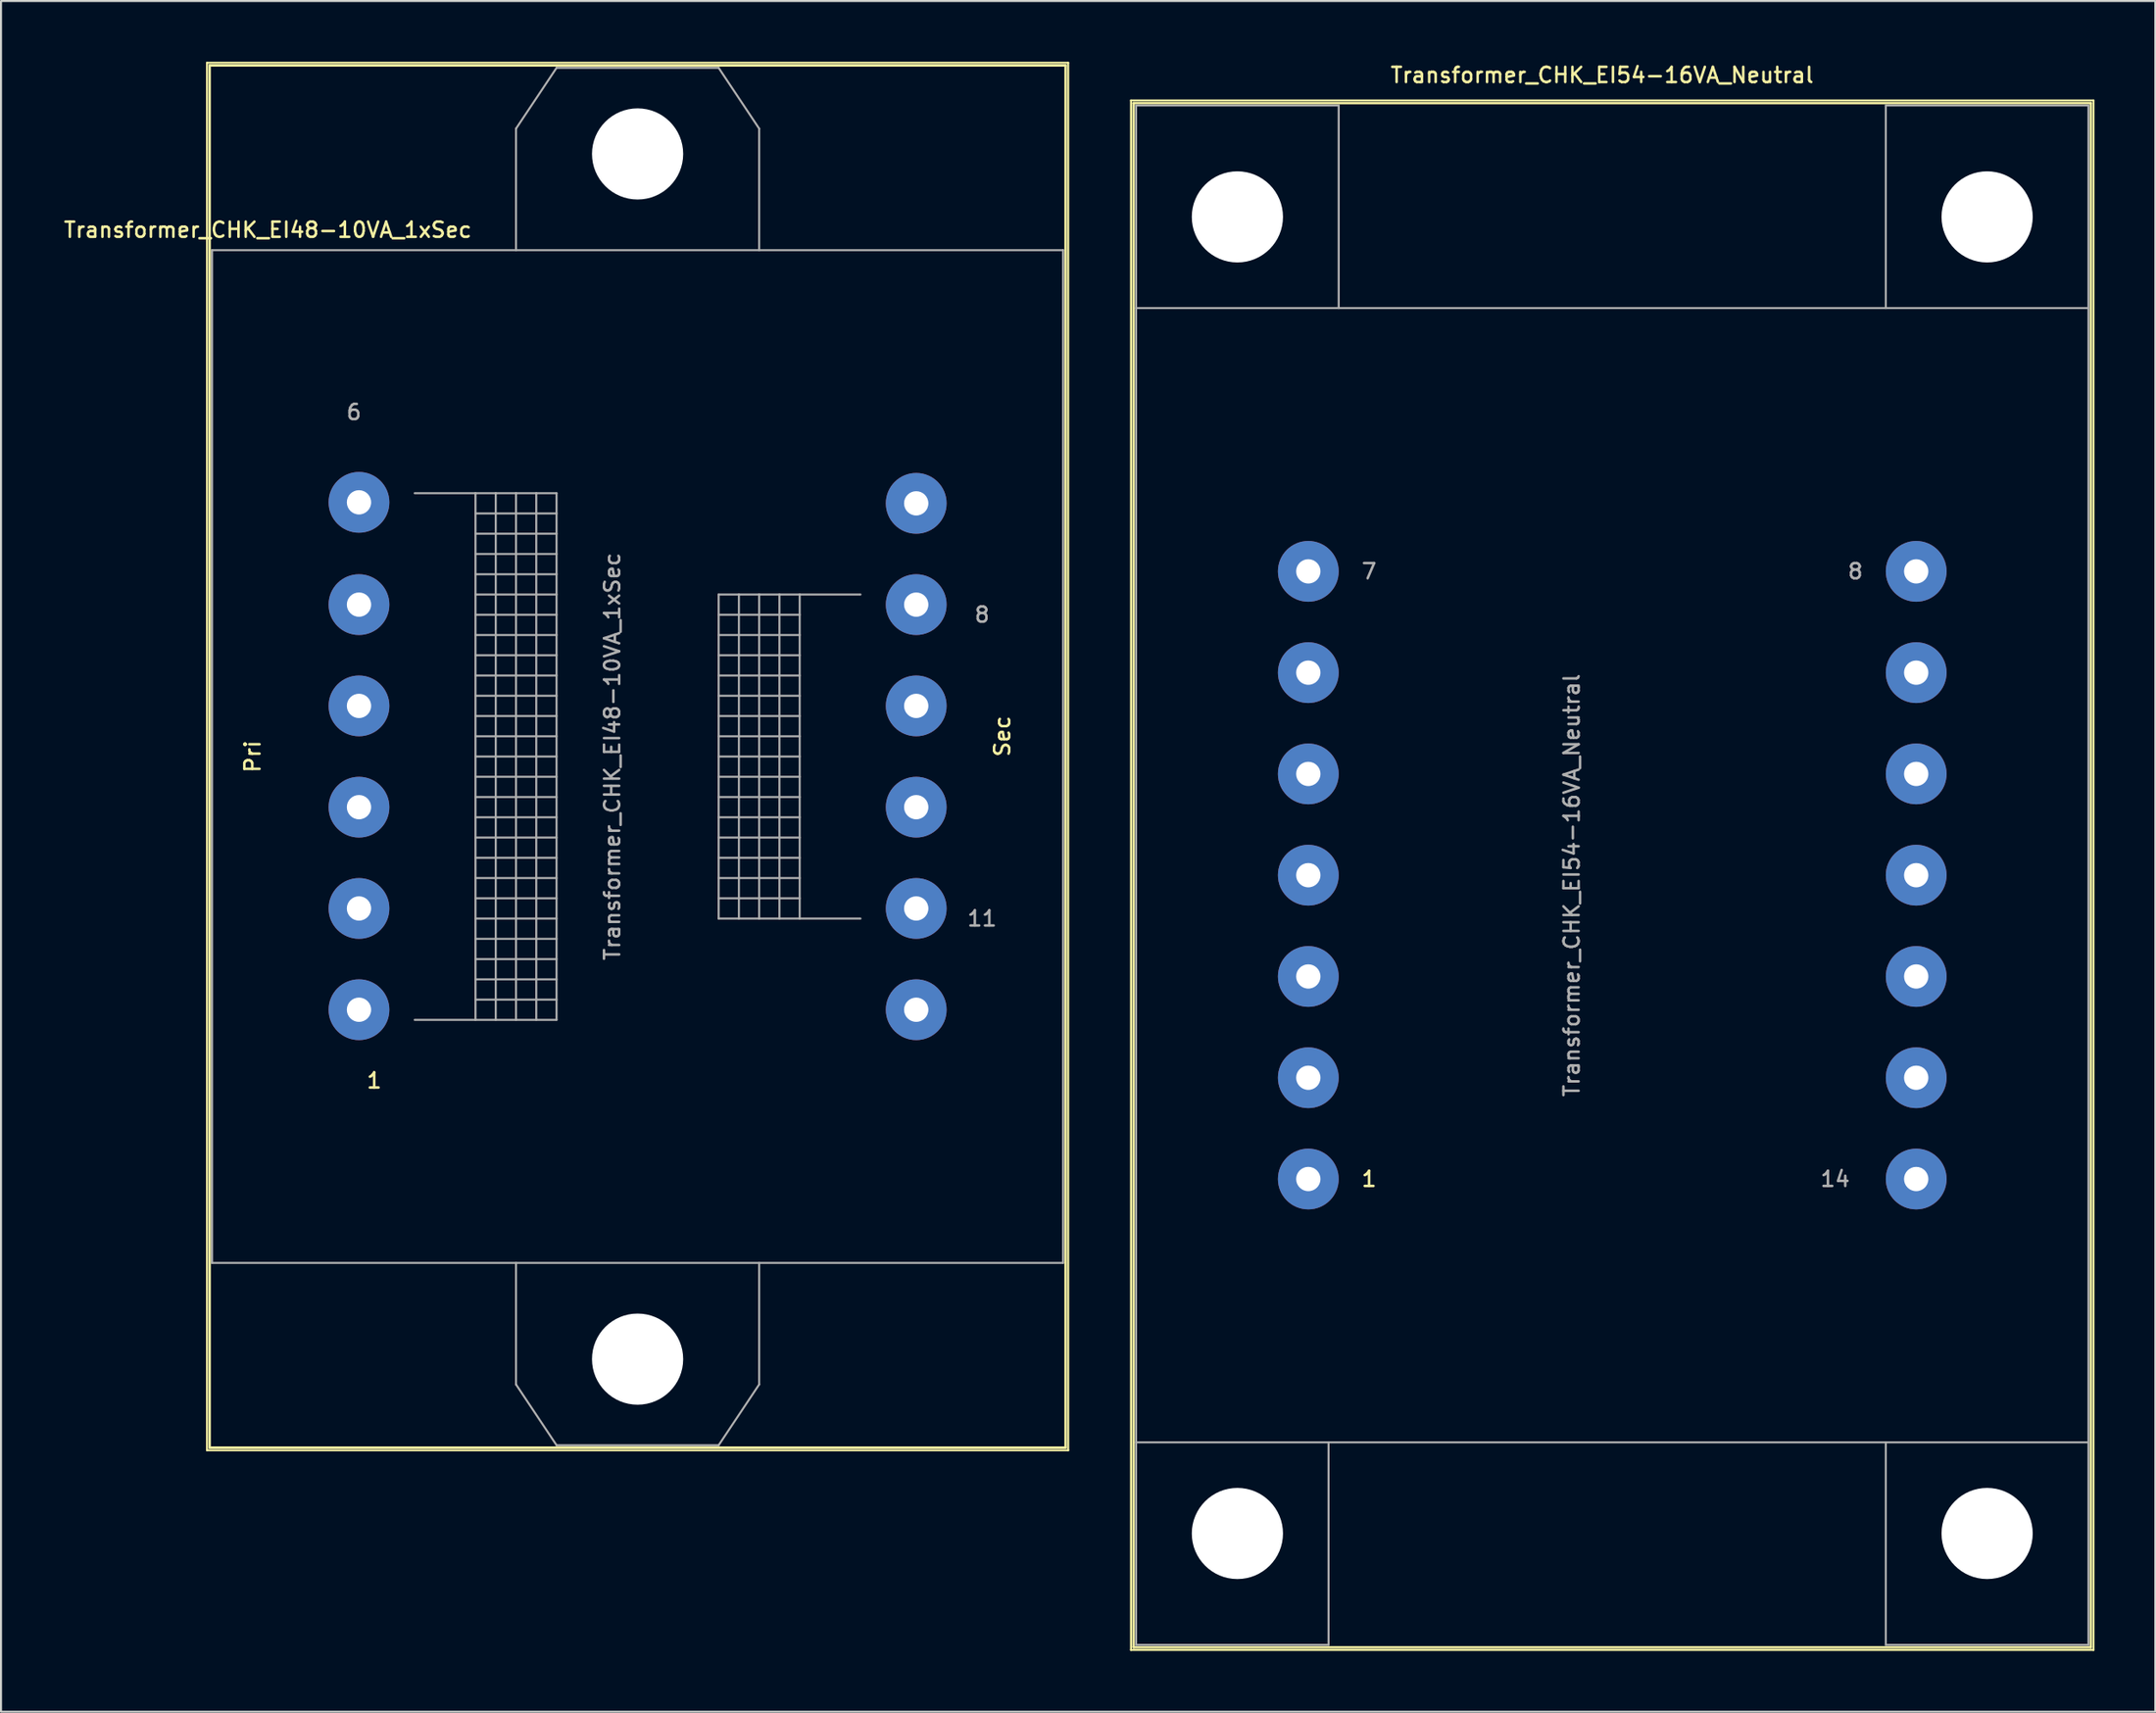
<source format=kicad_pcb>
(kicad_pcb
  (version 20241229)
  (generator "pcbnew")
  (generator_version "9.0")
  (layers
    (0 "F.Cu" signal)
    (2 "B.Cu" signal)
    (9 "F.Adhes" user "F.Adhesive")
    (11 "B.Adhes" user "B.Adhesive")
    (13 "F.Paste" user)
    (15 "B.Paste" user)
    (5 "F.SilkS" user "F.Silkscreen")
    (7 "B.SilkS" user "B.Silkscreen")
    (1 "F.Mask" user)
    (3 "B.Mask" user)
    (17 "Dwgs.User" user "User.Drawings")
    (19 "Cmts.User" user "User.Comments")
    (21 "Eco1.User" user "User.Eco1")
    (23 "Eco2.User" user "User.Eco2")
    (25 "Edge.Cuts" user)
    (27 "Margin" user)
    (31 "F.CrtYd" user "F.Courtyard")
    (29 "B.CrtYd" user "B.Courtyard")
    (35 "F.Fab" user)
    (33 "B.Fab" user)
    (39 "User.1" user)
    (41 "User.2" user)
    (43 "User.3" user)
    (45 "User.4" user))
  (footprint "Transformer_CHK_EI48-10VA_1xSec"
    (layer "F.Cu")
    (at 14.666 46.8)
    (property "Reference" "Transformer_CHK_EI48-10VA_1xSec" (at -4.5 -38.5 0) (layer "F.SilkS") (effects (font (size 0.75 0.75) (thickness 0.125))))
    (attr through_hole)
    (fp_line (start -7.5 -46.75) (end -7.5 21.75) (stroke (width 0.1) (type solid)) (layer "F.SilkS"))
    (fp_line (start -7.5 -46.75) (end 35 -46.75) (stroke (width 0.1) (type solid)) (layer "F.SilkS"))
    (fp_line (start -7.37 -46.62) (end -7.37 21.62) (stroke (width 0.12) (type solid)) (layer "F.SilkS"))
    (fp_line (start -7.37 -46.62) (end 34.87 -46.62) (stroke (width 0.12) (type solid)) (layer "F.SilkS"))
    (fp_line (start 34.87 21.62) (end -7.37 21.62) (stroke (width 0.12) (type solid)) (layer "F.SilkS"))
    (fp_line (start 34.87 21.62) (end 34.87 -46.62) (stroke (width 0.12) (type solid)) (layer "F.SilkS"))
    (fp_line (start 35 21.75) (end -7.5 21.75) (stroke (width 0.1) (type solid)) (layer "F.SilkS"))
    (fp_line (start 35 21.75) (end 35 -46.75) (stroke (width 0.1) (type solid)) (layer "F.SilkS"))
    (fp_line (start -7.25 -37.5) (end -7.25 12.5) (stroke (width 0.1) (type solid)) (layer "F.Fab"))
    (fp_line (start -7.25 12.5) (end 34.75 12.5) (stroke (width 0.1) (type solid)) (layer "F.Fab"))
    (fp_line (start 2.75 0.5) (end 5.75 0.5) (stroke (width 0.1) (type solid)) (layer "F.Fab"))
    (fp_line (start 5.75 -25.5) (end 2.75 -25.5) (stroke (width 0.1) (type solid)) (layer "F.Fab"))
    (fp_line (start 5.75 -25.5) (end 6.75 -25.5) (stroke (width 0.1) (type solid)) (layer "F.Fab"))
    (fp_line (start 5.75 -24.5) (end 9.75 -24.5) (stroke (width 0.1) (type solid)) (layer "F.Fab"))
    (fp_line (start 5.75 -23.5) (end 9.75 -23.5) (stroke (width 0.1) (type solid)) (layer "F.Fab"))
    (fp_line (start 5.75 -22.5) (end 9.75 -22.5) (stroke (width 0.1) (type solid)) (layer "F.Fab"))
    (fp_line (start 5.75 -21.5) (end 9.75 -21.5) (stroke (width 0.1) (type solid)) (layer "F.Fab"))
    (fp_line (start 5.75 -20.5) (end 9.75 -20.5) (stroke (width 0.1) (type solid)) (layer "F.Fab"))
    (fp_line (start 5.75 -19.5) (end 9.75 -19.5) (stroke (width 0.1) (type solid)) (layer "F.Fab"))
    (fp_line (start 5.75 -18.5) (end 9.75 -18.5) (stroke (width 0.1) (type solid)) (layer "F.Fab"))
    (fp_line (start 5.75 -17.5) (end 9.75 -17.5) (stroke (width 0.1) (type solid)) (layer "F.Fab"))
    (fp_line (start 5.75 -16.5) (end 9.75 -16.5) (stroke (width 0.1) (type solid)) (layer "F.Fab"))
    (fp_line (start 5.75 -15.5) (end 9.75 -15.5) (stroke (width 0.1) (type solid)) (layer "F.Fab"))
    (fp_line (start 5.75 -14.5) (end 9.75 -14.5) (stroke (width 0.1) (type solid)) (layer "F.Fab"))
    (fp_line (start 5.75 -13.5) (end 9.75 -13.5) (stroke (width 0.1) (type solid)) (layer "F.Fab"))
    (fp_line (start 5.75 -12.5) (end 9.75 -12.5) (stroke (width 0.1) (type solid)) (layer "F.Fab"))
    (fp_line (start 5.75 -11.5) (end 9.75 -11.5) (stroke (width 0.1) (type solid)) (layer "F.Fab"))
    (fp_line (start 5.75 -10.5) (end 9.75 -10.5) (stroke (width 0.1) (type solid)) (layer "F.Fab"))
    (fp_line (start 5.75 -9.5) (end 9.75 -9.5) (stroke (width 0.1) (type solid)) (layer "F.Fab"))
    (fp_line (start 5.75 -8.5) (end 9.75 -8.5) (stroke (width 0.1) (type solid)) (layer "F.Fab"))
    (fp_line (start 5.75 -7.5) (end 9.75 -7.5) (stroke (width 0.1) (type solid)) (layer "F.Fab"))
    (fp_line (start 5.75 -5.5) (end 9.75 -5.5) (stroke (width 0.1) (type solid)) (layer "F.Fab"))
    (fp_line (start 5.75 -4.5) (end 9.75 -4.5) (stroke (width 0.1) (type solid)) (layer "F.Fab"))
    (fp_line (start 5.75 -3.5) (end 9.75 -3.5) (stroke (width 0.1) (type solid)) (layer "F.Fab"))
    (fp_line (start 5.75 -2.5) (end 9.75 -2.5) (stroke (width 0.1) (type solid)) (layer "F.Fab"))
    (fp_line (start 5.75 -0.5) (end 9.75 -0.5) (stroke (width 0.1) (type solid)) (layer "F.Fab"))
    (fp_line (start 5.75 0.5) (end 5.75 -25.5) (stroke (width 0.1) (type solid)) (layer "F.Fab"))
    (fp_line (start 6.75 -25.5) (end 6.75 0.5) (stroke (width 0.1) (type solid)) (layer "F.Fab"))
    (fp_line (start 6.75 -25.5) (end 7.75 -25.5) (stroke (width 0.1) (type solid)) (layer "F.Fab"))
    (fp_line (start 6.75 -6.5) (end 5.75 -6.5) (stroke (width 0.1) (type solid)) (layer "F.Fab"))
    (fp_line (start 6.75 -6.5) (end 9.75 -6.5) (stroke (width 0.1) (type solid)) (layer "F.Fab"))
    (fp_line (start 6.75 -1.5) (end 5.75 -1.5) (stroke (width 0.1) (type solid)) (layer "F.Fab"))
    (fp_line (start 6.75 -1.5) (end 9.75 -1.5) (stroke (width 0.1) (type solid)) (layer "F.Fab"))
    (fp_line (start 6.75 0.5) (end 5.75 0.5) (stroke (width 0.1) (type solid)) (layer "F.Fab"))
    (fp_line (start 7.75 -43.5) (end 7.75 -37.5) (stroke (width 0.1) (type solid)) (layer "F.Fab"))
    (fp_line (start 7.75 -25.5) (end 7.75 0.5) (stroke (width 0.1) (type solid)) (layer "F.Fab"))
    (fp_line (start 7.75 -25.5) (end 8.75 -25.5) (stroke (width 0.1) (type solid)) (layer "F.Fab"))
    (fp_line (start 7.75 0.5) (end 6.75 0.5) (stroke (width 0.1) (type solid)) (layer "F.Fab"))
    (fp_line (start 7.75 18.5) (end 7.75 12.5) (stroke (width 0.1) (type solid)) (layer "F.Fab"))
    (fp_line (start 8.75 -25.5) (end 8.75 0.5) (stroke (width 0.1) (type solid)) (layer "F.Fab"))
    (fp_line (start 8.75 -25.5) (end 9.75 -25.5) (stroke (width 0.1) (type solid)) (layer "F.Fab"))
    (fp_line (start 8.75 0.5) (end 7.75 0.5) (stroke (width 0.1) (type solid)) (layer "F.Fab"))
    (fp_line (start 9.75 -46.5) (end 7.75 -43.5) (stroke (width 0.1) (type solid)) (layer "F.Fab"))
    (fp_line (start 9.75 -25.5) (end 9.75 0.5) (stroke (width 0.1) (type solid)) (layer "F.Fab"))
    (fp_line (start 9.75 0.5) (end 8.75 0.5) (stroke (width 0.1) (type solid)) (layer "F.Fab"))
    (fp_line (start 9.75 21.5) (end 7.75 18.5) (stroke (width 0.1) (type solid)) (layer "F.Fab"))
    (fp_line (start 17.75 -46.5) (end 9.75 -46.5) (stroke (width 0.1) (type solid)) (layer "F.Fab"))
    (fp_line (start 17.75 -20.5) (end 17.75 -4.5) (stroke (width 0.1) (type solid)) (layer "F.Fab"))
    (fp_line (start 17.75 -19.5) (end 21.75 -19.5) (stroke (width 0.1) (type solid)) (layer "F.Fab"))
    (fp_line (start 17.75 -18.5) (end 21.75 -18.5) (stroke (width 0.1) (type solid)) (layer "F.Fab"))
    (fp_line (start 17.75 -17.5) (end 21.75 -17.5) (stroke (width 0.1) (type solid)) (layer "F.Fab"))
    (fp_line (start 17.75 -16.5) (end 21.75 -16.5) (stroke (width 0.1) (type solid)) (layer "F.Fab"))
    (fp_line (start 17.75 -15.5) (end 21.75 -15.5) (stroke (width 0.1) (type solid)) (layer "F.Fab"))
    (fp_line (start 17.75 -13.5) (end 21.75 -13.5) (stroke (width 0.1) (type solid)) (layer "F.Fab"))
    (fp_line (start 17.75 -12.5) (end 21.75 -12.5) (stroke (width 0.1) (type solid)) (layer "F.Fab"))
    (fp_line (start 17.75 -11.5) (end 21.75 -11.5) (stroke (width 0.1) (type solid)) (layer "F.Fab"))
    (fp_line (start 17.75 -10.5) (end 21.75 -10.5) (stroke (width 0.1) (type solid)) (layer "F.Fab"))
    (fp_line (start 17.75 -9.5) (end 21.75 -9.5) (stroke (width 0.1) (type solid)) (layer "F.Fab"))
    (fp_line (start 17.75 -8.5) (end 21.75 -8.5) (stroke (width 0.1) (type solid)) (layer "F.Fab"))
    (fp_line (start 17.75 -7.5) (end 21.75 -7.5) (stroke (width 0.1) (type solid)) (layer "F.Fab"))
    (fp_line (start 17.75 -6.5) (end 21.75 -6.5) (stroke (width 0.1) (type solid)) (layer "F.Fab"))
    (fp_line (start 17.75 -5.5) (end 21.75 -5.5) (stroke (width 0.1) (type solid)) (layer "F.Fab"))
    (fp_line (start 17.75 -4.5) (end 18.75 -4.5) (stroke (width 0.1) (type solid)) (layer "F.Fab"))
    (fp_line (start 17.75 21.5) (end 9.75 21.5) (stroke (width 0.1) (type solid)) (layer "F.Fab"))
    (fp_line (start 18.75 -20.5) (end 17.75 -20.5) (stroke (width 0.1) (type solid)) (layer "F.Fab"))
    (fp_line (start 18.75 -20.5) (end 18.75 -4.5) (stroke (width 0.1) (type solid)) (layer "F.Fab"))
    (fp_line (start 18.75 -14.5) (end 17.75 -14.5) (stroke (width 0.1) (type solid)) (layer "F.Fab"))
    (fp_line (start 18.75 -14.5) (end 21.75 -14.5) (stroke (width 0.1) (type solid)) (layer "F.Fab"))
    (fp_line (start 18.75 -4.5) (end 19.75 -4.5) (stroke (width 0.1) (type solid)) (layer "F.Fab"))
    (fp_line (start 19.75 -43.5) (end 17.75 -46.5) (stroke (width 0.1) (type solid)) (layer "F.Fab"))
    (fp_line (start 19.75 -37.5) (end 19.75 -43.5) (stroke (width 0.1) (type solid)) (layer "F.Fab"))
    (fp_line (start 19.75 -20.5) (end 18.75 -20.5) (stroke (width 0.1) (type solid)) (layer "F.Fab"))
    (fp_line (start 19.75 -20.5) (end 19.75 -4.5) (stroke (width 0.1) (type solid)) (layer "F.Fab"))
    (fp_line (start 19.75 12.5) (end 19.75 18.5) (stroke (width 0.1) (type solid)) (layer "F.Fab"))
    (fp_line (start 19.75 18.5) (end 17.75 21.5) (stroke (width 0.1) (type solid)) (layer "F.Fab"))
    (fp_line (start 20.75 -20.5) (end 19.75 -20.5) (stroke (width 0.1) (type solid)) (layer "F.Fab"))
    (fp_line (start 20.75 -20.5) (end 20.75 -4.5) (stroke (width 0.1) (type solid)) (layer "F.Fab"))
    (fp_line (start 20.75 -4.5) (end 19.75 -4.5) (stroke (width 0.1) (type solid)) (layer "F.Fab"))
    (fp_line (start 20.75 -4.5) (end 21.75 -4.5) (stroke (width 0.1) (type solid)) (layer "F.Fab"))
    (fp_line (start 21.75 -20.5) (end 20.75 -20.5) (stroke (width 0.1) (type solid)) (layer "F.Fab"))
    (fp_line (start 21.75 -20.5) (end 21.75 -4.5) (stroke (width 0.1) (type solid)) (layer "F.Fab"))
    (fp_line (start 21.75 -4.5) (end 24.75 -4.5) (stroke (width 0.1) (type solid)) (layer "F.Fab"))
    (fp_line (start 24.75 -20.5) (end 21.75 -20.5) (stroke (width 0.1) (type solid)) (layer "F.Fab"))
    (fp_line (start 34.75 -37.5) (end -7.25 -37.5) (stroke (width 0.1) (type solid)) (layer "F.Fab"))
    (fp_line (start 34.75 12.5) (end 34.75 -37.5) (stroke (width 0.1) (type solid)) (layer "F.Fab"))
    (fp_text user "Pri" (at -5.25 -12.5 90) (layer "F.SilkS") (effects (font (size 0.75 0.75) (thickness 0.125))))
    (fp_text user "1" (at 0.75 3.5 0) (layer "F.SilkS") (effects (font (size 0.75 0.75) (thickness 0.125))))
    (fp_text user "Sec" (at 31.75 -13.5 90) (layer "F.SilkS") (effects (font (size 0.75 0.75) (thickness 0.125))))
    (fp_text user "11" (at 30.75 -4.5 0) (layer "F.Fab") (effects (font (size 0.75 0.75) (thickness 0.125))))
    (fp_text user "8" (at 30.75 -19.5 0) (layer "F.Fab") (effects (font (size 0.75 0.75) (thickness 0.125))))
    (fp_text user "${REFERENCE}" (at 12.5 -12.5 90) (layer "F.Fab") (effects (font (size 0.75 0.75) (thickness 0.125))))
    (fp_text user "6" (at -0.25 -29.5 0) (layer "F.Fab") (effects (font (size 0.75 0.75) (thickness 0.125))))
    (pad "" np_thru_hole circle (at 13.75 -42.25) (size 4.5 4.5) (drill 4.5) (layers "*.Cu" "*.Mask"))
    (pad "" np_thru_hole circle (at 13.75 17.25) (size 4.5 4.5) (drill 4.5) (layers "*.Cu" "*.Mask"))
    (pad "1" thru_hole circle (at 0 0) (size 3 3) (drill 1.2) (layers "*.Cu" "*.Mask"))
    (pad "2" thru_hole circle (at 0 -5) (size 3 3) (drill 1.2) (layers "*.Cu" "*.Mask"))
    (pad "3" thru_hole circle (at 0 -10) (size 3 3) (drill 1.2) (layers "*.Cu" "*.Mask"))
    (pad "4" thru_hole circle (at 0 -15) (size 3 3) (drill 1.2) (layers "*.Cu" "*.Mask"))
    (pad "5" thru_hole circle (at 0 -20) (size 3 3) (drill 1.2) (layers "*.Cu" "*.Mask"))
    (pad "6" thru_hole circle (at 0 -25.05) (size 3 3) (drill 1.2) (layers "*.Cu" "*.Mask"))
    (pad "7" thru_hole circle (at 27.5 -25) (size 3 3) (drill 1.2) (layers "*.Cu" "*.Mask"))
    (pad "8" thru_hole circle (at 27.5 -20) (size 3 3) (drill 1.2) (layers "*.Cu" "*.Mask"))
    (pad "9" thru_hole circle (at 27.5 -15) (size 3 3) (drill 1.2) (layers "*.Cu" "*.Mask"))
    (pad "10" thru_hole circle (at 27.5 -10) (size 3 3) (drill 1.2) (layers "*.Cu" "*.Mask"))
    (pad "11" thru_hole circle (at 27.5 -5) (size 3 3) (drill 1.2) (layers "*.Cu" "*.Mask"))
    (pad "12" thru_hole circle (at 27.5 0) (size 3 3) (drill 1.2) (layers "*.Cu" "*.Mask")))
  (footprint "Transformer_CHK_EI54-16VA_Neutral"
    (layer "F.Cu")
    (at 61.516 55.158)
    (property "Reference" "Transformer_CHK_EI54-16VA_Neutral" (at 14.5 -54.5 0) (layer "F.SilkS") (effects (font (size 0.75 0.75) (thickness 0.125))))
    (attr through_hole)
    (fp_line (start -8.75 -53.25) (end -8.75 23.25) (stroke (width 0.1) (type solid)) (layer "F.SilkS"))
    (fp_line (start -8.75 -53.25) (end 38.75 -53.25) (stroke (width 0.1) (type solid)) (layer "F.SilkS"))
    (fp_line (start -8.62 -53.12) (end -8.62 23.12) (stroke (width 0.12) (type solid)) (layer "F.SilkS"))
    (fp_line (start -8.62 -53.12) (end 38.62 -53.12) (stroke (width 0.12) (type solid)) (layer "F.SilkS"))
    (fp_line (start 38.62 23.12) (end -8.62 23.12) (stroke (width 0.12) (type solid)) (layer "F.SilkS"))
    (fp_line (start 38.62 23.12) (end 38.62 -53.12) (stroke (width 0.12) (type solid)) (layer "F.SilkS"))
    (fp_line (start 38.75 23.25) (end -8.75 23.25) (stroke (width 0.1) (type solid)) (layer "F.SilkS"))
    (fp_line (start 38.75 23.25) (end 38.75 -53.25) (stroke (width 0.1) (type solid)) (layer "F.SilkS"))
    (fp_line (start -8.5 -53) (end 1.5 -53) (stroke (width 0.1) (type solid)) (layer "F.Fab"))
    (fp_line (start -8.5 -43) (end -8.5 -53) (stroke (width 0.1) (type solid)) (layer "F.Fab"))
    (fp_line (start -8.5 -43) (end -8.5 13) (stroke (width 0.1) (type solid)) (layer "F.Fab"))
    (fp_line (start -8.5 13) (end -8.5 23) (stroke (width 0.1) (type solid)) (layer "F.Fab"))
    (fp_line (start -8.5 13) (end 38.5 13) (stroke (width 0.1) (type solid)) (layer "F.Fab"))
    (fp_line (start -8.5 23) (end 1 23) (stroke (width 0.1) (type solid)) (layer "F.Fab"))
    (fp_line (start 1 23) (end 1 13) (stroke (width 0.1) (type solid)) (layer "F.Fab"))
    (fp_line (start 1.5 -53) (end 1.5 -43) (stroke (width 0.1) (type solid)) (layer "F.Fab"))
    (fp_line (start 28.5 -53) (end 28.5 -43) (stroke (width 0.1) (type solid)) (layer "F.Fab"))
    (fp_line (start 28.5 23) (end 28.5 13) (stroke (width 0.1) (type solid)) (layer "F.Fab"))
    (fp_line (start 38.5 -53) (end 28.5 -53) (stroke (width 0.1) (type solid)) (layer "F.Fab"))
    (fp_line (start 38.5 -43) (end -8.5 -43) (stroke (width 0.1) (type solid)) (layer "F.Fab"))
    (fp_line (start 38.5 -43) (end 38.5 -53) (stroke (width 0.1) (type solid)) (layer "F.Fab"))
    (fp_line (start 38.5 13) (end 38.5 -43) (stroke (width 0.1) (type solid)) (layer "F.Fab"))
    (fp_line (start 38.5 13) (end 38.5 23) (stroke (width 0.1) (type solid)) (layer "F.Fab"))
    (fp_line (start 38.5 23) (end 28.5 23) (stroke (width 0.1) (type solid)) (layer "F.Fab"))
    (fp_text user "1" (at 3 0 0) (layer "F.SilkS") (effects (font (size 0.75 0.75) (thickness 0.125))))
    (fp_text user "14" (at 26 0 0) (layer "F.Fab") (effects (font (size 0.75 0.75) (thickness 0.125))))
    (fp_text user "${REFERENCE}" (at 13 -14.5 90) (layer "F.Fab") (effects (font (size 0.75 0.75) (thickness 0.125))))
    (fp_text user "8" (at 27 -30 0) (layer "F.Fab") (effects (font (size 0.75 0.75) (thickness 0.125))))
    (fp_text user "7" (at 3 -30 0) (layer "F.Fab") (effects (font (size 0.75 0.75) (thickness 0.125))))
    (pad "" np_thru_hole circle (at -3.5 -47.5) (size 4.5 4.5) (drill 4.5) (layers "*.Cu" "*.Mask"))
    (pad "" np_thru_hole circle (at -3.5 17.5) (size 4.5 4.5) (drill 4.5) (layers "*.Cu" "*.Mask"))
    (pad "" np_thru_hole circle (at 33.5 -47.5) (size 4.5 4.5) (drill 4.5) (layers "*.Cu" "*.Mask"))
    (pad "" np_thru_hole circle (at 33.5 17.5) (size 4.5 4.5) (drill 4.5) (layers "*.Cu" "*.Mask"))
    (pad "1" thru_hole circle (at 0 0) (size 3 3) (drill 1.2) (layers "*.Cu" "*.Mask"))
    (pad "2" thru_hole circle (at 0 -5) (size 3 3) (drill 1.2) (layers "*.Cu" "*.Mask"))
    (pad "3" thru_hole circle (at 0 -10) (size 3 3) (drill 1.2) (layers "*.Cu" "*.Mask"))
    (pad "4" thru_hole circle (at 0 -15) (size 3 3) (drill 1.2) (layers "*.Cu" "*.Mask"))
    (pad "5" thru_hole circle (at 0 -20) (size 3 3) (drill 1.2) (layers "*.Cu" "*.Mask"))
    (pad "6" thru_hole circle (at 0 -25) (size 3 3) (drill 1.2) (layers "*.Cu" "*.Mask"))
    (pad "7" thru_hole circle (at 0 -30) (size 3 3) (drill 1.2) (layers "*.Cu" "*.Mask"))
    (pad "8" thru_hole circle (at 30 -30) (size 3 3) (drill 1.2) (layers "*.Cu" "*.Mask"))
    (pad "9" thru_hole circle (at 30 -25) (size 3 3) (drill 1.2) (layers "*.Cu" "*.Mask"))
    (pad "10" thru_hole circle (at 30 -20) (size 3 3) (drill 1.2) (layers "*.Cu" "*.Mask"))
    (pad "11" thru_hole circle (at 30 -15) (size 3 3) (drill 1.2) (layers "*.Cu" "*.Mask"))
    (pad "12" thru_hole circle (at 30 -10) (size 3 3) (drill 1.2) (layers "*.Cu" "*.Mask"))
    (pad "13" thru_hole circle (at 30 -5) (size 3 3) (drill 1.2) (layers "*.Cu" "*.Mask"))
    (pad "14" thru_hole circle (at 30 0) (size 3 3) (drill 1.2) (layers "*.Cu" "*.Mask")))
  (gr_rect
    (start -3 -3)
    (end 103.316 81.458)
    (stroke (width 0.1) (type default))
    (fill no)
    (layer "Edge.Cuts")))
</source>
